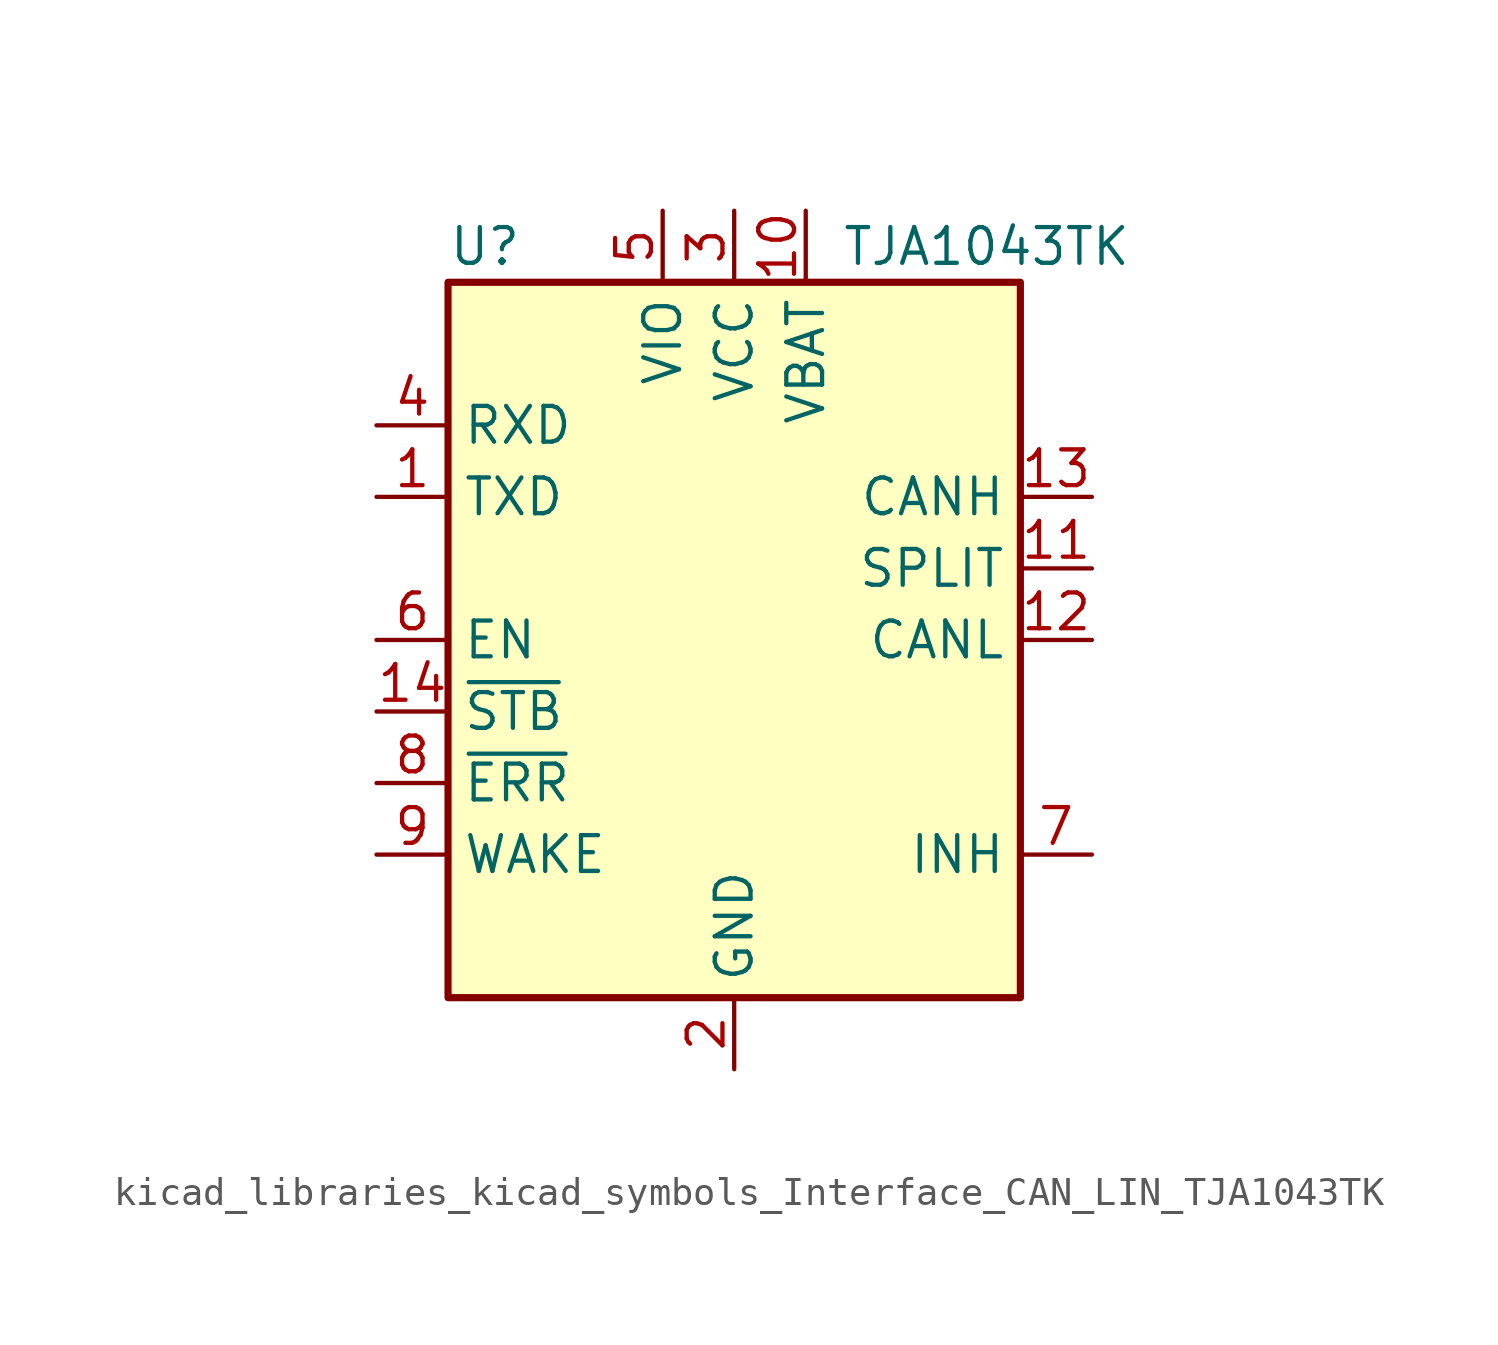
<source format=kicad_sym>
(kicad_symbol_lib
  (version 20220914)
  (generator kicad_symbol_editor)
  (symbol "kicad_libraries_kicad_symbols_Interface_CAN_LIN_TJA1043TK"
    (property "Reference" "U"
      (at -10.16 13.97 0)
      (effects (font (size 1.27 1.27)) (justify left)))
    (property "Value" "TJA1043TK"
      (at 3.81 13.97 0)
      (effects (font (size 1.27 1.27)) (justify left)))
    (symbol "kicad_libraries_kicad_symbols_Interface_CAN_LIN_TJA1043TK_0_1"
      (rectangle (start -10.16 12.7) (end 10.16 -12.7) (stroke (width 0.254) (type default)) (fill (type background))))
    (symbol "kicad_libraries_kicad_symbols_Interface_CAN_LIN_TJA1043TK_1_1"
      (pin input line (at -12.7 5.08 0) (length 2.54) (name "TXD" (effects (font (size 1.27 1.27)))) (number "1" (effects (font (size 1.27 1.27)))))
      (pin power_in line (at 2.54 15.24 270) (length 2.54) (name "VBAT" (effects (font (size 1.27 1.27)))) (number "10" (effects (font (size 1.27 1.27)))))
      (pin output line (at 12.7 2.54 180) (length 2.54) (name "SPLIT" (effects (font (size 1.27 1.27)))) (number "11" (effects (font (size 1.27 1.27)))))
      (pin bidirectional line (at 12.7 0 180) (length 2.54) (name "CANL" (effects (font (size 1.27 1.27)))) (number "12" (effects (font (size 1.27 1.27)))))
      (pin bidirectional line (at 12.7 5.08 180) (length 2.54) (name "CANH" (effects (font (size 1.27 1.27)))) (number "13" (effects (font (size 1.27 1.27)))))
      (pin input line (at -12.7 -2.54 0) (length 2.54) (name "~{STB}" (effects (font (size 1.27 1.27)))) (number "14" (effects (font (size 1.27 1.27)))))
      (pin passive line (at 0 -15.24 90) (length 2.54) hide (name "GND" (effects (font (size 1.27 1.27)))) (number "15" (effects (font (size 1.27 1.27)))))
      (pin power_in line (at 0 -15.24 90) (length 2.54) (name "GND" (effects (font (size 1.27 1.27)))) (number "2" (effects (font (size 1.27 1.27)))))
      (pin power_in line (at 0 15.24 270) (length 2.54) (name "VCC" (effects (font (size 1.27 1.27)))) (number "3" (effects (font (size 1.27 1.27)))))
      (pin output line (at -12.7 7.62 0) (length 2.54) (name "RXD" (effects (font (size 1.27 1.27)))) (number "4" (effects (font (size 1.27 1.27)))))
      (pin power_in line (at -2.54 15.24 270) (length 2.54) (name "VIO" (effects (font (size 1.27 1.27)))) (number "5" (effects (font (size 1.27 1.27)))))
      (pin input line (at -12.7 0 0) (length 2.54) (name "EN" (effects (font (size 1.27 1.27)))) (number "6" (effects (font (size 1.27 1.27)))))
      (pin open_emitter line (at 12.7 -7.62 180) (length 2.54) (name "INH" (effects (font (size 1.27 1.27)))) (number "7" (effects (font (size 1.27 1.27)))))
      (pin output line (at -12.7 -5.08 0) (length 2.54) (name "~{ERR}" (effects (font (size 1.27 1.27)))) (number "8" (effects (font (size 1.27 1.27)))))
      (pin input line (at -12.7 -7.62 0) (length 2.54) (name "WAKE" (effects (font (size 1.27 1.27)))) (number "9" (effects (font (size 1.27 1.27))))))))
</source>
